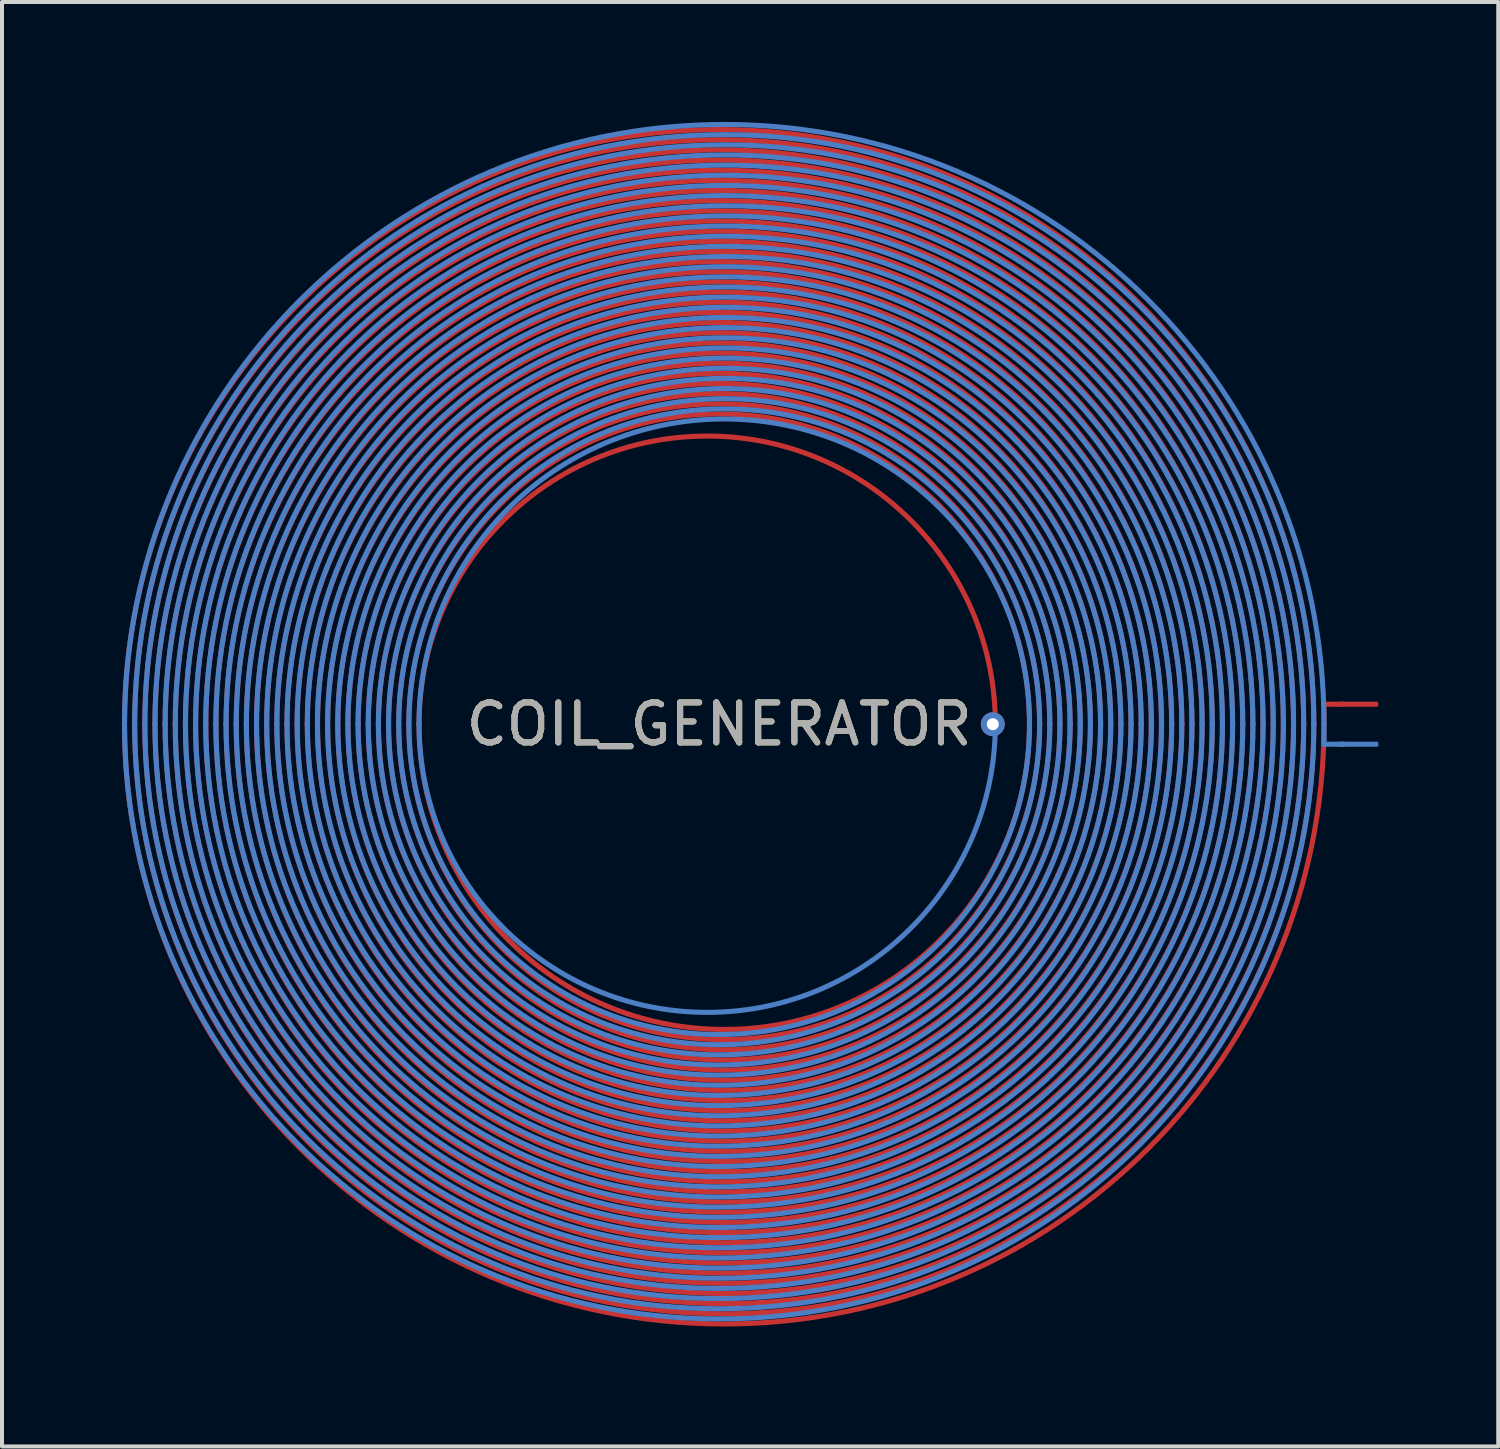
<source format=kicad_pcb>
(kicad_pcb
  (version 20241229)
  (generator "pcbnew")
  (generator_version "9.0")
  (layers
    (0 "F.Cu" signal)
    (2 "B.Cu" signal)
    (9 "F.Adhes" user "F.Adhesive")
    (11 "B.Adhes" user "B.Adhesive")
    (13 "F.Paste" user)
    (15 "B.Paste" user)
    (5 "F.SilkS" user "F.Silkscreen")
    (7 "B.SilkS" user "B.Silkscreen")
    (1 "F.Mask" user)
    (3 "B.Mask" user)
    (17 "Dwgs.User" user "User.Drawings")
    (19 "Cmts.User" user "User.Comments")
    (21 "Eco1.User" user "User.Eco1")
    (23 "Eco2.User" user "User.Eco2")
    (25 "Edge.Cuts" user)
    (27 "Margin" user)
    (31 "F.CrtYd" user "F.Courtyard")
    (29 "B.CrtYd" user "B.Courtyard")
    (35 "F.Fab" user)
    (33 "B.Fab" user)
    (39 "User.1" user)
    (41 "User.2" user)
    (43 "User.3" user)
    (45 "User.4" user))
  (footprint "COIL_GENERATOR"
    (layer "F.Cu")
    (at 14.937 15.063)
    (property "Reference" "COIL_GENERATOR" (at 0 0 0) (unlocked yes) (layer "F.SilkS") (effects (font (size 1 1) (thickness 0.15))))
    (attr smd)
    (fp_line (start 15.127 -0.5) (end 15.627 -0.5) (stroke (width 0.127) (type solid)) (layer "F.Cu"))
    (fp_line (start 15.127 0) (end 15.127 -0.5) (stroke (width 0.127) (type solid)) (layer "F.Cu"))
    (fp_arc (start -14.873 0) (mid 0 -14.873) (end 14.873 0) (stroke (width 0.127) (type solid)) (layer "F.Cu"))
    (fp_arc (start -14.619 0) (mid 0 -14.619) (end 14.619 0) (stroke (width 0.127) (type solid)) (layer "F.Cu"))
    (fp_arc (start -14.365 0) (mid 0 -14.365) (end 14.365 0) (stroke (width 0.127) (type solid)) (layer "F.Cu"))
    (fp_arc (start -14.111 0) (mid 0 -14.111) (end 14.111 0) (stroke (width 0.127) (type solid)) (layer "F.Cu"))
    (fp_arc (start -13.857 0) (mid 0 -13.857) (end 13.857 0) (stroke (width 0.127) (type solid)) (layer "F.Cu"))
    (fp_arc (start -13.603 0) (mid 0 -13.603) (end 13.603 0) (stroke (width 0.127) (type solid)) (layer "F.Cu"))
    (fp_arc (start -13.349 0) (mid 0 -13.349) (end 13.349 0) (stroke (width 0.127) (type solid)) (layer "F.Cu"))
    (fp_arc (start -13.095 0) (mid 0 -13.095) (end 13.095 0) (stroke (width 0.127) (type solid)) (layer "F.Cu"))
    (fp_arc (start -12.841 0) (mid 0 -12.841) (end 12.841 0) (stroke (width 0.127) (type solid)) (layer "F.Cu"))
    (fp_arc (start -12.587 0) (mid 0 -12.587) (end 12.587 0) (stroke (width 0.127) (type solid)) (layer "F.Cu"))
    (fp_arc (start -12.333 0) (mid 0 -12.333) (end 12.333 0) (stroke (width 0.127) (type solid)) (layer "F.Cu"))
    (fp_arc (start -12.079 0) (mid 0 -12.079) (end 12.079 0) (stroke (width 0.127) (type solid)) (layer "F.Cu"))
    (fp_arc (start -11.825 0) (mid 0 -11.825) (end 11.825 0) (stroke (width 0.127) (type solid)) (layer "F.Cu"))
    (fp_arc (start -11.571 0) (mid 0 -11.571) (end 11.571 0) (stroke (width 0.127) (type solid)) (layer "F.Cu"))
    (fp_arc (start -11.317 0) (mid 0 -11.317) (end 11.317 0) (stroke (width 0.127) (type solid)) (layer "F.Cu"))
    (fp_arc (start -11.063 0) (mid 0 -11.063) (end 11.063 0) (stroke (width 0.127) (type solid)) (layer "F.Cu"))
    (fp_arc (start -10.809 0) (mid 0 -10.809) (end 10.809 0) (stroke (width 0.127) (type solid)) (layer "F.Cu"))
    (fp_arc (start -10.555 0) (mid 0 -10.555) (end 10.555 0) (stroke (width 0.127) (type solid)) (layer "F.Cu"))
    (fp_arc (start -10.301 0) (mid 0 -10.301) (end 10.301 0) (stroke (width 0.127) (type solid)) (layer "F.Cu"))
    (fp_arc (start -10.047 0) (mid 0 -10.047) (end 10.047 0) (stroke (width 0.127) (type solid)) (layer "F.Cu"))
    (fp_arc (start -9.793 0) (mid 0 -9.793) (end 9.793 0) (stroke (width 0.127) (type solid)) (layer "F.Cu"))
    (fp_arc (start -9.539 0) (mid 0 -9.539) (end 9.539 0) (stroke (width 0.127) (type solid)) (layer "F.Cu"))
    (fp_arc (start -9.285 0) (mid 0 -9.285) (end 9.285 0) (stroke (width 0.127) (type solid)) (layer "F.Cu"))
    (fp_arc (start -9.031 0) (mid 0 -9.031) (end 9.031 0) (stroke (width 0.127) (type solid)) (layer "F.Cu"))
    (fp_arc (start -8.777 0) (mid 0 -8.777) (end 8.777 0) (stroke (width 0.127) (type solid)) (layer "F.Cu"))
    (fp_arc (start -8.523 0) (mid 0 -8.523) (end 8.523 0) (stroke (width 0.127) (type solid)) (layer "F.Cu"))
    (fp_arc (start -8.269 0) (mid 0 -8.269) (end 8.269 0) (stroke (width 0.127) (type solid)) (layer "F.Cu"))
    (fp_arc (start -8.015 0) (mid 0 -8.015) (end 8.015 0) (stroke (width 0.127) (type solid)) (layer "F.Cu"))
    (fp_arc (start -7.761 0) (mid 0 -7.761) (end 7.761 0) (stroke (width 0.127) (type solid)) (layer "F.Cu"))
    (fp_arc (start -7.507 0) (mid -0.6 -7.207) (end 6.907 0) (stroke (width 0.127) (type solid)) (layer "F.Cu"))
    (fp_arc (start 7.761 0) (mid -0.127 7.634) (end -7.507 0) (stroke (width 0.127) (type solid)) (layer "F.Cu"))
    (fp_arc (start 8.015 0) (mid 0.127 7.888) (end -7.761 0) (stroke (width 0.127) (type solid)) (layer "F.Cu"))
    (fp_arc (start 8.269 0) (mid 0.127 8.142) (end -8.015 0) (stroke (width 0.127) (type solid)) (layer "F.Cu"))
    (fp_arc (start 8.523 0) (mid 0.127 8.396) (end -8.269 0) (stroke (width 0.127) (type solid)) (layer "F.Cu"))
    (fp_arc (start 8.777 0) (mid 0.127 8.65) (end -8.523 0) (stroke (width 0.127) (type solid)) (layer "F.Cu"))
    (fp_arc (start 9.031 0) (mid 0.127 8.904) (end -8.777 0) (stroke (width 0.127) (type solid)) (layer "F.Cu"))
    (fp_arc (start 9.285 0) (mid 0.127 9.158) (end -9.031 0) (stroke (width 0.127) (type solid)) (layer "F.Cu"))
    (fp_arc (start 9.539 0) (mid 0.127 9.412) (end -9.285 0) (stroke (width 0.127) (type solid)) (layer "F.Cu"))
    (fp_arc (start 9.793 0) (mid 0.127 9.666) (end -9.539 0) (stroke (width 0.127) (type solid)) (layer "F.Cu"))
    (fp_arc (start 10.047 0) (mid 0.127 9.92) (end -9.793 0) (stroke (width 0.127) (type solid)) (layer "F.Cu"))
    (fp_arc (start 10.301 0) (mid 0.127 10.174) (end -10.047 0) (stroke (width 0.127) (type solid)) (layer "F.Cu"))
    (fp_arc (start 10.555 0) (mid 0.127 10.428) (end -10.301 0) (stroke (width 0.127) (type solid)) (layer "F.Cu"))
    (fp_arc (start 10.809 0) (mid 0.127 10.682) (end -10.555 0) (stroke (width 0.127) (type solid)) (layer "F.Cu"))
    (fp_arc (start 11.063 0) (mid 0.127 10.936) (end -10.809 0) (stroke (width 0.127) (type solid)) (layer "F.Cu"))
    (fp_arc (start 11.317 0) (mid 0.127 11.19) (end -11.063 0) (stroke (width 0.127) (type solid)) (layer "F.Cu"))
    (fp_arc (start 11.571 0) (mid 0.127 11.444) (end -11.317 0) (stroke (width 0.127) (type solid)) (layer "F.Cu"))
    (fp_arc (start 11.825 0) (mid 0.127 11.698) (end -11.571 0) (stroke (width 0.127) (type solid)) (layer "F.Cu"))
    (fp_arc (start 12.079 0) (mid 0.127 11.952) (end -11.825 0) (stroke (width 0.127) (type solid)) (layer "F.Cu"))
    (fp_arc (start 12.333 0) (mid 0.127 12.206) (end -12.079 0) (stroke (width 0.127) (type solid)) (layer "F.Cu"))
    (fp_arc (start 12.587 0) (mid 0.127 12.46) (end -12.333 0) (stroke (width 0.127) (type solid)) (layer "F.Cu"))
    (fp_arc (start 12.841 0) (mid 0.127 12.714) (end -12.587 0) (stroke (width 0.127) (type solid)) (layer "F.Cu"))
    (fp_arc (start 13.095 0) (mid 0.127 12.968) (end -12.841 0) (stroke (width 0.127) (type solid)) (layer "F.Cu"))
    (fp_arc (start 13.349 0) (mid 0.127 13.222) (end -13.095 0) (stroke (width 0.127) (type solid)) (layer "F.Cu"))
    (fp_arc (start 13.603 0) (mid 0.127 13.476) (end -13.349 0) (stroke (width 0.127) (type solid)) (layer "F.Cu"))
    (fp_arc (start 13.857 0) (mid 0.127 13.73) (end -13.603 0) (stroke (width 0.127) (type solid)) (layer "F.Cu"))
    (fp_arc (start 14.111 0) (mid 0.127 13.984) (end -13.857 0) (stroke (width 0.127) (type solid)) (layer "F.Cu"))
    (fp_arc (start 14.365 0) (mid 0.127 14.238) (end -14.111 0) (stroke (width 0.127) (type solid)) (layer "F.Cu"))
    (fp_arc (start 14.619 0) (mid 0.127 14.492) (end -14.365 0) (stroke (width 0.127) (type solid)) (layer "F.Cu"))
    (fp_arc (start 14.873 0) (mid 0.127 14.746) (end -14.619 0) (stroke (width 0.127) (type solid)) (layer "F.Cu"))
    (fp_arc (start 15.127 0) (mid 0.127 15) (end -14.873 0) (stroke (width 0.127) (type solid)) (layer "F.Cu"))
    (fp_line (start 15.127 0) (end 15.127 0.5) (stroke (width 0.127) (type solid)) (layer "B.Cu"))
    (fp_line (start 15.127 0.5) (end 15.627 0.5) (stroke (width 0.127) (type solid)) (layer "B.Cu"))
    (fp_arc (start -14.873 0) (mid 0.127 -15) (end 15.127 0) (stroke (width 0.127) (type solid)) (layer "B.Cu"))
    (fp_arc (start -14.619 0) (mid 0.127 -14.746) (end 14.873 0) (stroke (width 0.127) (type solid)) (layer "B.Cu"))
    (fp_arc (start -14.365 0) (mid 0.127 -14.492) (end 14.619 0) (stroke (width 0.127) (type solid)) (layer "B.Cu"))
    (fp_arc (start -14.111 0) (mid 0.127 -14.238) (end 14.365 0) (stroke (width 0.127) (type solid)) (layer "B.Cu"))
    (fp_arc (start -13.857 0) (mid 0.127 -13.984) (end 14.111 0) (stroke (width 0.127) (type solid)) (layer "B.Cu"))
    (fp_arc (start -13.603 0) (mid 0.127 -13.73) (end 13.857 0) (stroke (width 0.127) (type solid)) (layer "B.Cu"))
    (fp_arc (start -13.349 0) (mid 0.127 -13.476) (end 13.603 0) (stroke (width 0.127) (type solid)) (layer "B.Cu"))
    (fp_arc (start -13.095 0) (mid 0.127 -13.222) (end 13.349 0) (stroke (width 0.127) (type solid)) (layer "B.Cu"))
    (fp_arc (start -12.841 0) (mid 0.127 -12.968) (end 13.095 0) (stroke (width 0.127) (type solid)) (layer "B.Cu"))
    (fp_arc (start -12.587 0) (mid 0.127 -12.714) (end 12.841 0) (stroke (width 0.127) (type solid)) (layer "B.Cu"))
    (fp_arc (start -12.333 0) (mid 0.127 -12.46) (end 12.587 0) (stroke (width 0.127) (type solid)) (layer "B.Cu"))
    (fp_arc (start -12.079 0) (mid 0.127 -12.206) (end 12.333 0) (stroke (width 0.127) (type solid)) (layer "B.Cu"))
    (fp_arc (start -11.825 0) (mid 0.127 -11.952) (end 12.079 0) (stroke (width 0.127) (type solid)) (layer "B.Cu"))
    (fp_arc (start -11.571 0) (mid 0.127 -11.698) (end 11.825 0) (stroke (width 0.127) (type solid)) (layer "B.Cu"))
    (fp_arc (start -11.317 0) (mid 0.127 -11.444) (end 11.571 0) (stroke (width 0.127) (type solid)) (layer "B.Cu"))
    (fp_arc (start -11.063 0) (mid 0.127 -11.19) (end 11.317 0) (stroke (width 0.127) (type solid)) (layer "B.Cu"))
    (fp_arc (start -10.809 0) (mid 0.127 -10.936) (end 11.063 0) (stroke (width 0.127) (type solid)) (layer "B.Cu"))
    (fp_arc (start -10.555 0) (mid 0.127 -10.682) (end 10.809 0) (stroke (width 0.127) (type solid)) (layer "B.Cu"))
    (fp_arc (start -10.301 0) (mid 0.127 -10.428) (end 10.555 0) (stroke (width 0.127) (type solid)) (layer "B.Cu"))
    (fp_arc (start -10.047 0) (mid 0.127 -10.174) (end 10.301 0) (stroke (width 0.127) (type solid)) (layer "B.Cu"))
    (fp_arc (start -9.793 0) (mid 0.127 -9.92) (end 10.047 0) (stroke (width 0.127) (type solid)) (layer "B.Cu"))
    (fp_arc (start -9.539 0) (mid 0.127 -9.666) (end 9.793 0) (stroke (width 0.127) (type solid)) (layer "B.Cu"))
    (fp_arc (start -9.285 0) (mid 0.127 -9.412) (end 9.539 0) (stroke (width 0.127) (type solid)) (layer "B.Cu"))
    (fp_arc (start -9.031 0) (mid 0.127 -9.158) (end 9.285 0) (stroke (width 0.127) (type solid)) (layer "B.Cu"))
    (fp_arc (start -8.777 0) (mid 0.127 -8.904) (end 9.031 0) (stroke (width 0.127) (type solid)) (layer "B.Cu"))
    (fp_arc (start -8.523 0) (mid 0.127 -8.65) (end 8.777 0) (stroke (width 0.127) (type solid)) (layer "B.Cu"))
    (fp_arc (start -8.269 0) (mid 0.127 -8.396) (end 8.523 0) (stroke (width 0.127) (type solid)) (layer "B.Cu"))
    (fp_arc (start -8.015 0) (mid 0.127 -8.142) (end 8.269 0) (stroke (width 0.127) (type solid)) (layer "B.Cu"))
    (fp_arc (start -7.761 0) (mid 0.127 -7.888) (end 8.015 0) (stroke (width 0.127) (type solid)) (layer "B.Cu"))
    (fp_arc (start -7.507 0) (mid -0.127 -7.634) (end 7.761 0) (stroke (width 0.127) (type solid)) (layer "B.Cu"))
    (fp_arc (start 6.907 0) (mid -0.6 7.207) (end -7.507 0) (stroke (width 0.127) (type solid)) (layer "B.Cu"))
    (fp_arc (start 7.761 0) (mid 0 7.761) (end -7.761 0) (stroke (width 0.127) (type solid)) (layer "B.Cu"))
    (fp_arc (start 8.015 0) (mid 0 8.015) (end -8.015 0) (stroke (width 0.127) (type solid)) (layer "B.Cu"))
    (fp_arc (start 8.269 0) (mid 0 8.269) (end -8.269 0) (stroke (width 0.127) (type solid)) (layer "B.Cu"))
    (fp_arc (start 8.523 0) (mid 0 8.523) (end -8.523 0) (stroke (width 0.127) (type solid)) (layer "B.Cu"))
    (fp_arc (start 8.777 0) (mid 0 8.777) (end -8.777 0) (stroke (width 0.127) (type solid)) (layer "B.Cu"))
    (fp_arc (start 9.031 0) (mid 0 9.031) (end -9.031 0) (stroke (width 0.127) (type solid)) (layer "B.Cu"))
    (fp_arc (start 9.285 0) (mid 0 9.285) (end -9.285 0) (stroke (width 0.127) (type solid)) (layer "B.Cu"))
    (fp_arc (start 9.539 0) (mid 0 9.539) (end -9.539 0) (stroke (width 0.127) (type solid)) (layer "B.Cu"))
    (fp_arc (start 9.793 0) (mid 0 9.793) (end -9.793 0) (stroke (width 0.127) (type solid)) (layer "B.Cu"))
    (fp_arc (start 10.047 0) (mid 0 10.047) (end -10.047 0) (stroke (width 0.127) (type solid)) (layer "B.Cu"))
    (fp_arc (start 10.301 0) (mid 0 10.301) (end -10.301 0) (stroke (width 0.127) (type solid)) (layer "B.Cu"))
    (fp_arc (start 10.555 0) (mid 0 10.555) (end -10.555 0) (stroke (width 0.127) (type solid)) (layer "B.Cu"))
    (fp_arc (start 10.809 0) (mid 0 10.809) (end -10.809 0) (stroke (width 0.127) (type solid)) (layer "B.Cu"))
    (fp_arc (start 11.063 0) (mid 0 11.063) (end -11.063 0) (stroke (width 0.127) (type solid)) (layer "B.Cu"))
    (fp_arc (start 11.317 0) (mid 0 11.317) (end -11.317 0) (stroke (width 0.127) (type solid)) (layer "B.Cu"))
    (fp_arc (start 11.571 0) (mid 0 11.571) (end -11.571 0) (stroke (width 0.127) (type solid)) (layer "B.Cu"))
    (fp_arc (start 11.825 0) (mid 0 11.825) (end -11.825 0) (stroke (width 0.127) (type solid)) (layer "B.Cu"))
    (fp_arc (start 12.079 0) (mid 0 12.079) (end -12.079 0) (stroke (width 0.127) (type solid)) (layer "B.Cu"))
    (fp_arc (start 12.333 0) (mid 0 12.333) (end -12.333 0) (stroke (width 0.127) (type solid)) (layer "B.Cu"))
    (fp_arc (start 12.587 0) (mid 0 12.587) (end -12.587 0) (stroke (width 0.127) (type solid)) (layer "B.Cu"))
    (fp_arc (start 12.841 0) (mid 0 12.841) (end -12.841 0) (stroke (width 0.127) (type solid)) (layer "B.Cu"))
    (fp_arc (start 13.095 0) (mid 0 13.095) (end -13.095 0) (stroke (width 0.127) (type solid)) (layer "B.Cu"))
    (fp_arc (start 13.349 0) (mid 0 13.349) (end -13.349 0) (stroke (width 0.127) (type solid)) (layer "B.Cu"))
    (fp_arc (start 13.603 0) (mid 0 13.603) (end -13.603 0) (stroke (width 0.127) (type solid)) (layer "B.Cu"))
    (fp_arc (start 13.857 0) (mid 0 13.857) (end -13.857 0) (stroke (width 0.127) (type solid)) (layer "B.Cu"))
    (fp_arc (start 14.111 0) (mid 0 14.111) (end -14.111 0) (stroke (width 0.127) (type solid)) (layer "B.Cu"))
    (fp_arc (start 14.365 0) (mid 0 14.365) (end -14.365 0) (stroke (width 0.127) (type solid)) (layer "B.Cu"))
    (fp_arc (start 14.619 0) (mid 0 14.619) (end -14.619 0) (stroke (width 0.127) (type solid)) (layer "B.Cu"))
    (fp_arc (start 14.873 0) (mid 0 14.873) (end -14.873 0) (stroke (width 0.127) (type solid)) (layer "B.Cu"))
    (fp_text user "${REFERENCE}" (at 0 0 0) (unlocked yes) (layer "F.Fab") (effects (font (size 1 1) (thickness 0.15))))
    (pad "" thru_hole circle (at 6.843 0) (size 0.6 0.6) (drill 0.3) (layers "*.Cu" "*.Mask"))
    (pad "1" smd roundrect (at 15.977 -0.5) (size 1.016 0.127) (layers "F.Cu") (roundrect_rratio 0.25))
    (pad "2" smd roundrect (at 15.977 0.5) (size 1.016 0.127) (layers "B.Cu") (roundrect_rratio 0.25)))
  (gr_rect
    (start -3 -3)
    (end 34.422 33.127)
    (stroke (width 0.1) (type default))
    (fill no)
    (layer "Edge.Cuts")))
</source>
